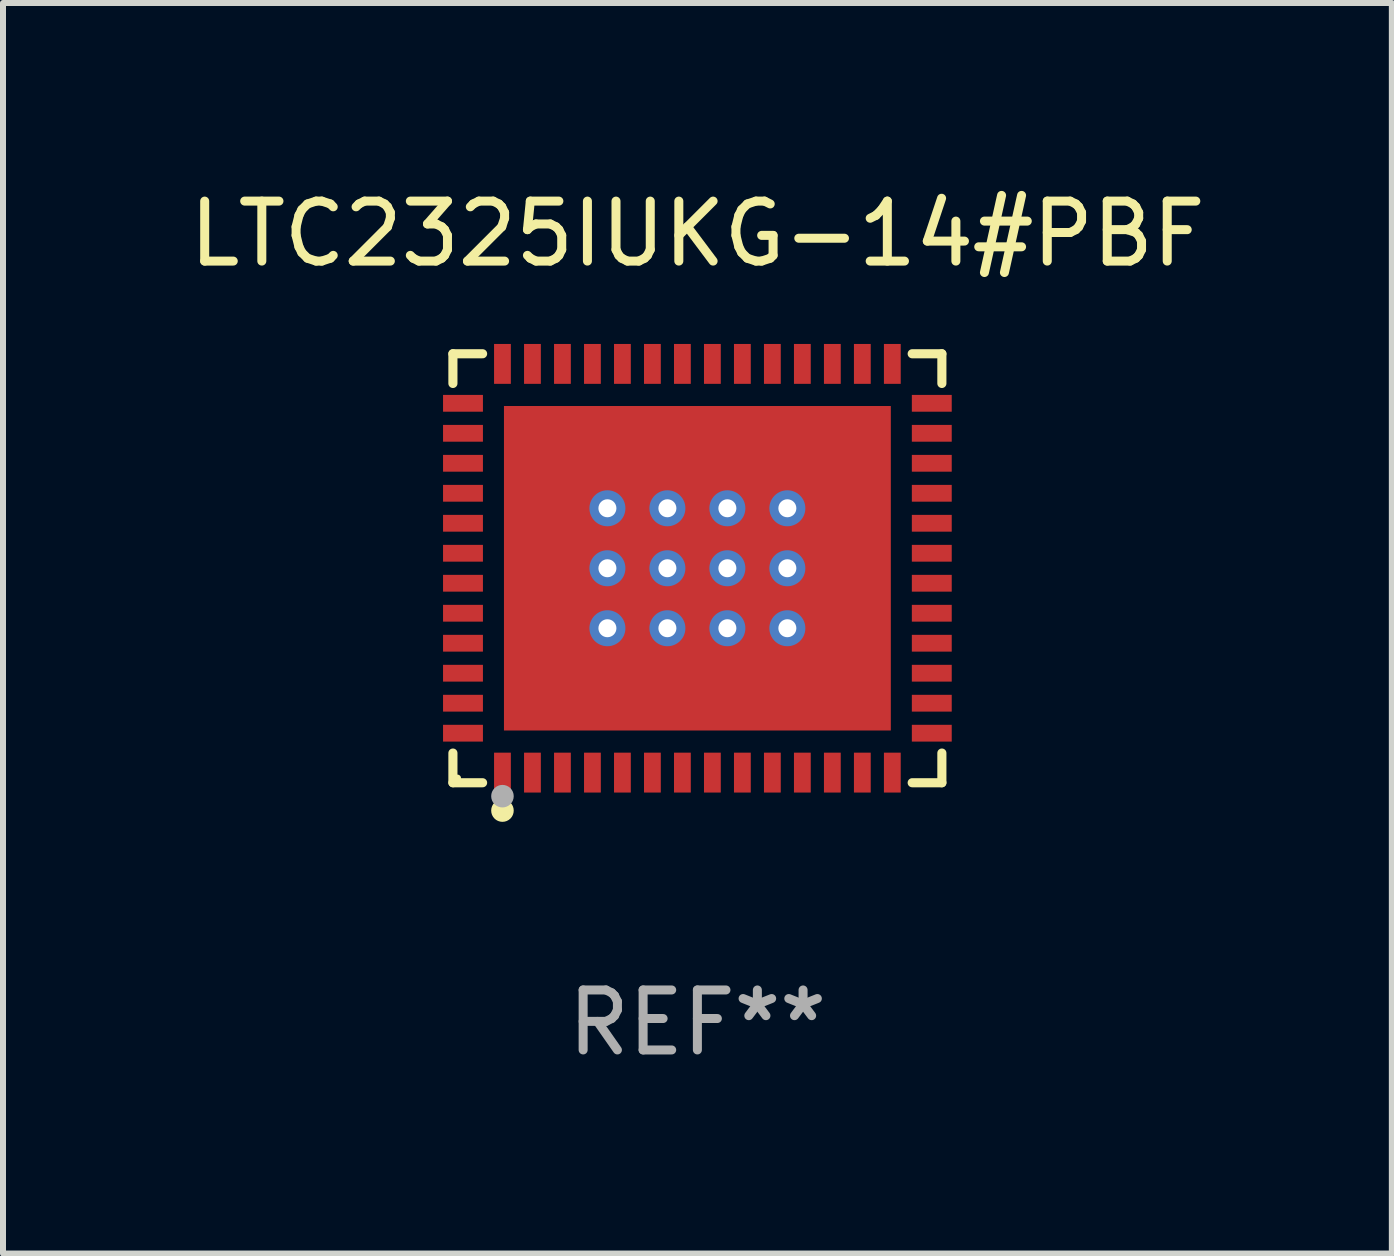
<source format=kicad_pcb>
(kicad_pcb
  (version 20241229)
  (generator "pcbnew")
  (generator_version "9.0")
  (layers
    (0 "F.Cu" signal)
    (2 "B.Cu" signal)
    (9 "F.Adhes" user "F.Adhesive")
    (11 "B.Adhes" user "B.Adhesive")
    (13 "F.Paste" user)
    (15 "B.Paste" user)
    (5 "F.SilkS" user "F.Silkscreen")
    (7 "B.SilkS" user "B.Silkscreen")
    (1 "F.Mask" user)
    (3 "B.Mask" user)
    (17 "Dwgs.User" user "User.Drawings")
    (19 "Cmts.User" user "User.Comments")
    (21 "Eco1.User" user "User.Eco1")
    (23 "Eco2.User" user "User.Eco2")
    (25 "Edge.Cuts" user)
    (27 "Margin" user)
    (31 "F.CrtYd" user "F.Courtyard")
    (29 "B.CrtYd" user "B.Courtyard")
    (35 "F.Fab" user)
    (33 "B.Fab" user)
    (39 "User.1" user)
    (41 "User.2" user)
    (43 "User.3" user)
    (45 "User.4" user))
  (footprint "LTC2325IUKG-14#PBF"
    (layer "F.Cu")
    (at 8.577 6.424)
    (property "Reference" "LTC2325IUKG-14#PBF" (at 0 -5.576 0) (layer "F.SilkS") (effects (font (size 1 1) (thickness 0.15))))
    (attr through_hole)
    (fp_line (start -4.076 -3.576) (end -3.581 -3.576) (stroke (width 0.152) (type solid)) (layer "F.SilkS"))
    (fp_line (start -4.076 -3.081) (end -4.076 -3.576) (stroke (width 0.152) (type solid)) (layer "F.SilkS"))
    (fp_line (start -4.076 3.081) (end -4.076 3.576) (stroke (width 0.152) (type solid)) (layer "F.SilkS"))
    (fp_line (start -4.076 3.576) (end -3.581 3.576) (stroke (width 0.152) (type solid)) (layer "F.SilkS"))
    (fp_line (start 4.076 -3.576) (end 3.581 -3.576) (stroke (width 0.152) (type solid)) (layer "F.SilkS"))
    (fp_line (start 4.076 -3.081) (end 4.076 -3.576) (stroke (width 0.152) (type solid)) (layer "F.SilkS"))
    (fp_line (start 4.076 3.081) (end 4.076 3.576) (stroke (width 0.152) (type solid)) (layer "F.SilkS"))
    (fp_line (start 4.076 3.576) (end 3.581 3.576) (stroke (width 0.152) (type solid)) (layer "F.SilkS"))
    (fp_circle (center -4 3.5) (end -3.97 3.5) (stroke (width 0.06) (type solid)) (fill no) (layer "F.SilkS"))
    (fp_circle (center -3.25 4.04) (end -3.156 4.04) (stroke (width 0.188) (type solid)) (fill no) (layer "F.SilkS"))
    (fp_circle (center -3.25 3.8) (end -3.156 3.8) (stroke (width 0.188) (type solid)) (fill no) (layer "F.Fab"))
    (fp_text user "REF**" (at 0 7.576 0) (layer "F.Fab") (effects (font (size 1 1) (thickness 0.15))))
    (pad "1" smd rect (at -3.25 3.407) (size 0.28 0.665) (layers "F.Cu" "F.Mask" "F.Paste"))
    (pad "2" smd rect (at -2.75 3.407) (size 0.28 0.665) (layers "F.Cu" "F.Mask" "F.Paste"))
    (pad "3" smd rect (at -2.25 3.407) (size 0.28 0.665) (layers "F.Cu" "F.Mask" "F.Paste"))
    (pad "4" smd rect (at -1.75 3.407) (size 0.28 0.665) (layers "F.Cu" "F.Mask" "F.Paste"))
    (pad "5" smd rect (at -1.25 3.407) (size 0.28 0.665) (layers "F.Cu" "F.Mask" "F.Paste"))
    (pad "6" smd rect (at -0.75 3.407) (size 0.28 0.665) (layers "F.Cu" "F.Mask" "F.Paste"))
    (pad "7" smd rect (at -0.25 3.407) (size 0.28 0.665) (layers "F.Cu" "F.Mask" "F.Paste"))
    (pad "8" smd rect (at 0.25 3.407) (size 0.28 0.665) (layers "F.Cu" "F.Mask" "F.Paste"))
    (pad "9" smd rect (at 0.75 3.407) (size 0.28 0.665) (layers "F.Cu" "F.Mask" "F.Paste"))
    (pad "10" smd rect (at 1.25 3.407) (size 0.28 0.665) (layers "F.Cu" "F.Mask" "F.Paste"))
    (pad "11" smd rect (at 1.75 3.407) (size 0.28 0.665) (layers "F.Cu" "F.Mask" "F.Paste"))
    (pad "12" smd rect (at 2.25 3.407) (size 0.28 0.665) (layers "F.Cu" "F.Mask" "F.Paste"))
    (pad "13" smd rect (at 2.75 3.407) (size 0.28 0.665) (layers "F.Cu" "F.Mask" "F.Paste"))
    (pad "14" smd rect (at 3.25 3.407) (size 0.28 0.665) (layers "F.Cu" "F.Mask" "F.Paste"))
    (pad "15" smd rect (at 3.908 2.75) (size 0.665 0.28) (layers "F.Cu" "F.Mask" "F.Paste"))
    (pad "16" smd rect (at 3.908 2.25) (size 0.665 0.28) (layers "F.Cu" "F.Mask" "F.Paste"))
    (pad "17" smd rect (at 3.908 1.75) (size 0.665 0.28) (layers "F.Cu" "F.Mask" "F.Paste"))
    (pad "18" smd rect (at 3.908 1.25) (size 0.665 0.28) (layers "F.Cu" "F.Mask" "F.Paste"))
    (pad "19" smd rect (at 3.908 0.75) (size 0.665 0.28) (layers "F.Cu" "F.Mask" "F.Paste"))
    (pad "20" smd rect (at 3.908 0.25) (size 0.665 0.28) (layers "F.Cu" "F.Mask" "F.Paste"))
    (pad "21" smd rect (at 3.908 -0.25) (size 0.665 0.28) (layers "F.Cu" "F.Mask" "F.Paste"))
    (pad "22" smd rect (at 3.908 -0.75) (size 0.665 0.28) (layers "F.Cu" "F.Mask" "F.Paste"))
    (pad "23" smd rect (at 3.908 -1.25) (size 0.665 0.28) (layers "F.Cu" "F.Mask" "F.Paste"))
    (pad "24" smd rect (at 3.908 -1.75) (size 0.665 0.28) (layers "F.Cu" "F.Mask" "F.Paste"))
    (pad "25" smd rect (at 3.908 -2.25) (size 0.665 0.28) (layers "F.Cu" "F.Mask" "F.Paste"))
    (pad "26" smd rect (at 3.908 -2.75) (size 0.665 0.28) (layers "F.Cu" "F.Mask" "F.Paste"))
    (pad "27" smd rect (at 3.25 -3.407) (size 0.28 0.665) (layers "F.Cu" "F.Mask" "F.Paste"))
    (pad "28" smd rect (at 2.75 -3.407) (size 0.28 0.665) (layers "F.Cu" "F.Mask" "F.Paste"))
    (pad "29" smd rect (at 2.25 -3.407) (size 0.28 0.665) (layers "F.Cu" "F.Mask" "F.Paste"))
    (pad "30" smd rect (at 1.75 -3.407) (size 0.28 0.665) (layers "F.Cu" "F.Mask" "F.Paste"))
    (pad "31" smd rect (at 1.25 -3.407) (size 0.28 0.665) (layers "F.Cu" "F.Mask" "F.Paste"))
    (pad "32" smd rect (at 0.75 -3.407) (size 0.28 0.665) (layers "F.Cu" "F.Mask" "F.Paste"))
    (pad "33" smd rect (at 0.25 -3.407) (size 0.28 0.665) (layers "F.Cu" "F.Mask" "F.Paste"))
    (pad "34" smd rect (at -0.25 -3.407) (size 0.28 0.665) (layers "F.Cu" "F.Mask" "F.Paste"))
    (pad "35" smd rect (at -0.75 -3.407) (size 0.28 0.665) (layers "F.Cu" "F.Mask" "F.Paste"))
    (pad "36" smd rect (at -1.25 -3.407) (size 0.28 0.665) (layers "F.Cu" "F.Mask" "F.Paste"))
    (pad "37" smd rect (at -1.75 -3.407) (size 0.28 0.665) (layers "F.Cu" "F.Mask" "F.Paste"))
    (pad "38" smd rect (at -2.25 -3.407) (size 0.28 0.665) (layers "F.Cu" "F.Mask" "F.Paste"))
    (pad "39" smd rect (at -2.75 -3.407) (size 0.28 0.665) (layers "F.Cu" "F.Mask" "F.Paste"))
    (pad "40" smd rect (at -3.25 -3.407) (size 0.28 0.665) (layers "F.Cu" "F.Mask" "F.Paste"))
    (pad "41" smd rect (at -3.908 -2.75) (size 0.665 0.28) (layers "F.Cu" "F.Mask" "F.Paste"))
    (pad "42" smd rect (at -3.908 -2.25) (size 0.665 0.28) (layers "F.Cu" "F.Mask" "F.Paste"))
    (pad "43" smd rect (at -3.908 -1.75) (size 0.665 0.28) (layers "F.Cu" "F.Mask" "F.Paste"))
    (pad "44" smd rect (at -3.908 -1.25) (size 0.665 0.28) (layers "F.Cu" "F.Mask" "F.Paste"))
    (pad "45" smd rect (at -3.908 -0.75) (size 0.665 0.28) (layers "F.Cu" "F.Mask" "F.Paste"))
    (pad "46" smd rect (at -3.908 -0.25) (size 0.665 0.28) (layers "F.Cu" "F.Mask" "F.Paste"))
    (pad "47" smd rect (at -3.908 0.25) (size 0.665 0.28) (layers "F.Cu" "F.Mask" "F.Paste"))
    (pad "48" smd rect (at -3.908 0.75) (size 0.665 0.28) (layers "F.Cu" "F.Mask" "F.Paste"))
    (pad "49" smd rect (at -3.908 1.25) (size 0.665 0.28) (layers "F.Cu" "F.Mask" "F.Paste"))
    (pad "50" smd rect (at -3.908 1.75) (size 0.665 0.28) (layers "F.Cu" "F.Mask" "F.Paste"))
    (pad "51" smd rect (at -3.908 2.25) (size 0.665 0.28) (layers "F.Cu" "F.Mask" "F.Paste"))
    (pad "52" smd rect (at -3.908 2.75) (size 0.665 0.28) (layers "F.Cu" "F.Mask" "F.Paste"))
    (pad "53" thru_hole circle (at -1.5 -1) (size 0.6 0.6) (drill 0.3) (layers "*.Cu" "*.Mask"))
    (pad "53" thru_hole circle (at -1.5 0) (size 0.6 0.6) (drill 0.3) (layers "*.Cu" "*.Mask"))
    (pad "53" thru_hole circle (at -1.5 1) (size 0.6 0.6) (drill 0.3) (layers "*.Cu" "*.Mask"))
    (pad "53" thru_hole circle (at -0.5 -1) (size 0.6 0.6) (drill 0.3) (layers "*.Cu" "*.Mask"))
    (pad "53" thru_hole circle (at -0.5 0) (size 0.6 0.6) (drill 0.3) (layers "*.Cu" "*.Mask"))
    (pad "53" thru_hole circle (at -0.5 1) (size 0.6 0.6) (drill 0.3) (layers "*.Cu" "*.Mask"))
    (pad "53" smd rect (at 0 0) (size 6.45 5.41) (layers "F.Cu" "F.Mask" "F.Paste"))
    (pad "53" thru_hole circle (at 0.5 -1) (size 0.6 0.6) (drill 0.3) (layers "*.Cu" "*.Mask"))
    (pad "53" thru_hole circle (at 0.5 0) (size 0.6 0.6) (drill 0.3) (layers "*.Cu" "*.Mask"))
    (pad "53" thru_hole circle (at 0.5 1) (size 0.6 0.6) (drill 0.3) (layers "*.Cu" "*.Mask"))
    (pad "53" thru_hole circle (at 1.5 -1) (size 0.6 0.6) (drill 0.3) (layers "*.Cu" "*.Mask"))
    (pad "53" thru_hole circle (at 1.5 0) (size 0.6 0.6) (drill 0.3) (layers "*.Cu" "*.Mask"))
    (pad "53" thru_hole circle (at 1.5 1) (size 0.6 0.6) (drill 0.3) (layers "*.Cu" "*.Mask")))
  (gr_rect
    (start -3 -3)
    (end 20.155 17.849)
    (stroke (width 0.1) (type default))
    (fill no)
    (layer "Edge.Cuts")))
</source>
